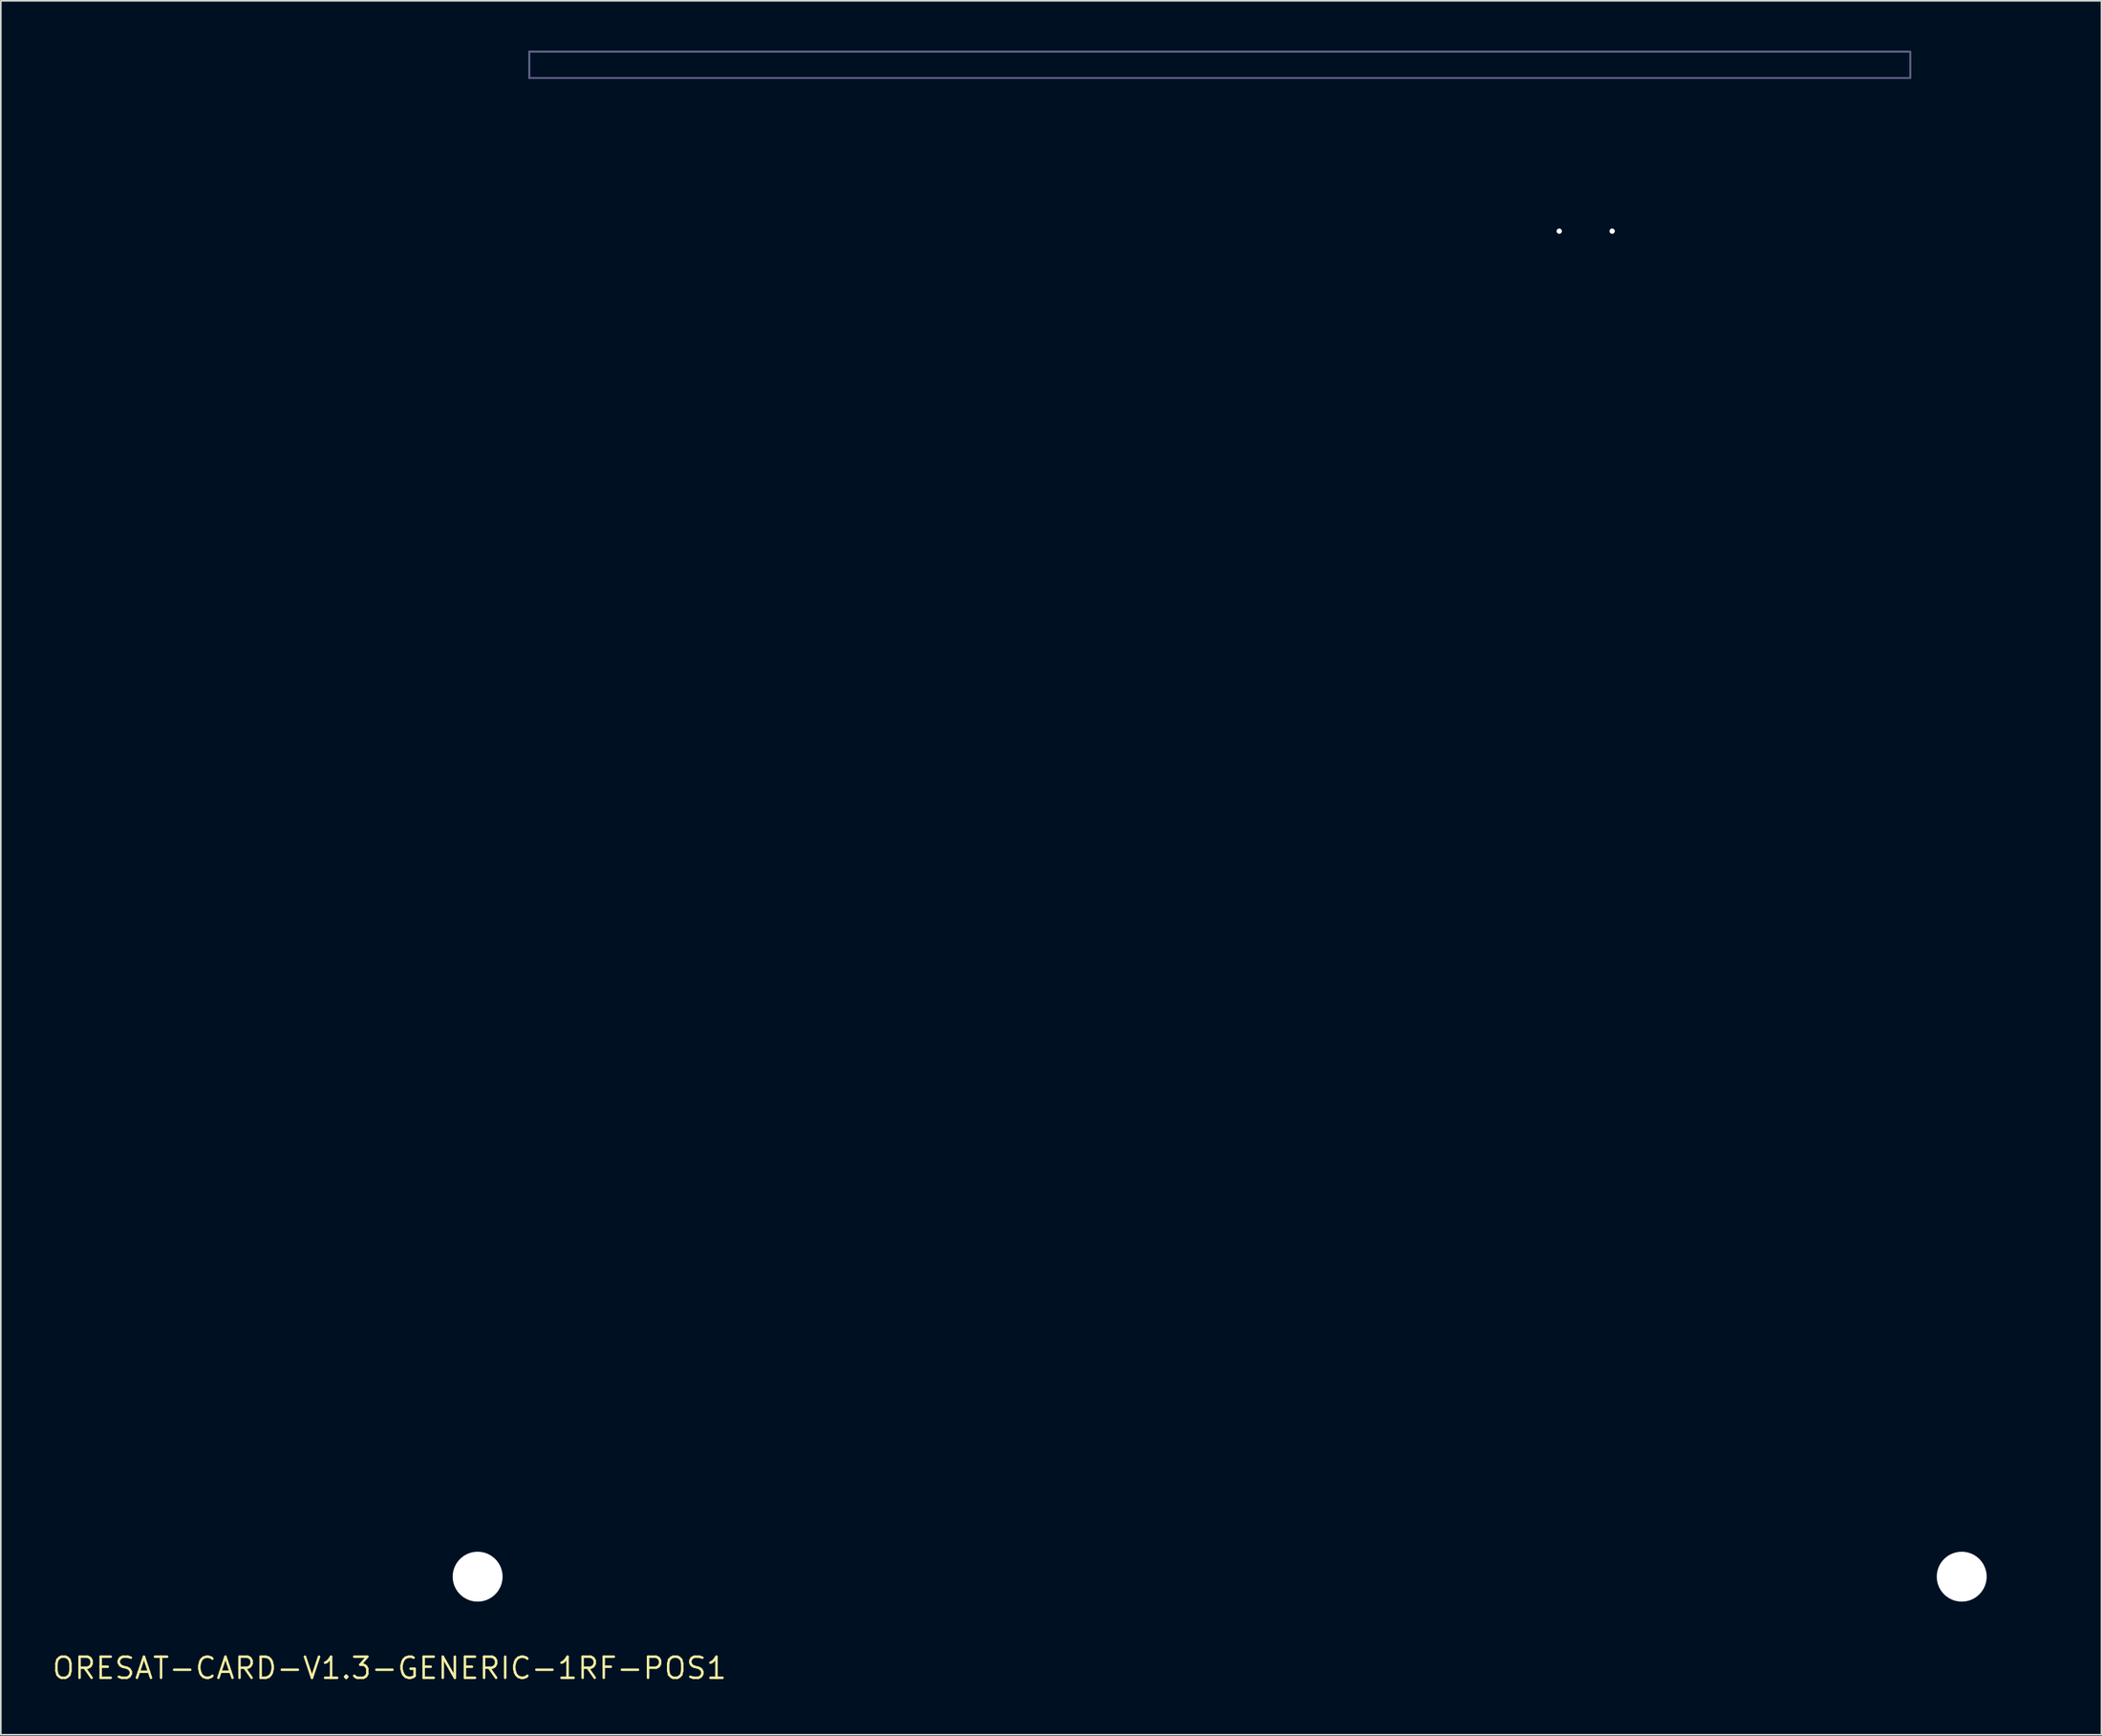
<source format=kicad_pcb>
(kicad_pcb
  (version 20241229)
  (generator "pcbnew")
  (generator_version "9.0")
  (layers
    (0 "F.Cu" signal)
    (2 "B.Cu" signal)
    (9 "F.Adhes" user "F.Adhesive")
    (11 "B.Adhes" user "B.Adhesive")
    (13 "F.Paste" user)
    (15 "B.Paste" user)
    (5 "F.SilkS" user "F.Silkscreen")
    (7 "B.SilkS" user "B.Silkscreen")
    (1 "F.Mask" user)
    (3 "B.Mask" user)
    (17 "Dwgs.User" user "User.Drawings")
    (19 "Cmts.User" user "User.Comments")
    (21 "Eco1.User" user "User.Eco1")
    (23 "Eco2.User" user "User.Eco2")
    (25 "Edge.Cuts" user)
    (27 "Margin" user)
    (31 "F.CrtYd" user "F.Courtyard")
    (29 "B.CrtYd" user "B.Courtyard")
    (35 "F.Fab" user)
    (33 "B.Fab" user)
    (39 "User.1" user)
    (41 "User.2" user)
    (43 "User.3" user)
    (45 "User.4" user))
  (footprint "ORESAT-CARD-V1.3-GENERIC-1RF-POS1"
    (layer "F.Cu")
    (at 20.358 97.25)
    (property "Reference" "ORESAT-CARD-V1.3-GENERIC-1RF-POS1" (at 0 0 0) (layer "F.SilkS") (effects (font (size 1.27 1.27) (thickness 0.15))))
    (fp_poly (pts (xy 2.75 -8.55) (xy 0.497 -8.55) (xy 0.358 -8.568) (xy 0.225 -8.623) (xy 0.111 -8.711) (xy 0.021 -8.827) (xy -0.05 -9.093) (xy -0.05 -88.821) (xy 2.75 -91.621)) (stroke (width 0.1) (type solid)) (fill no) (layer "F.Mask"))
    (fp_poly (pts (xy 99.85 -88.822) (xy 99.85 -9.097) (xy 99.832 -8.958) (xy 99.777 -8.825) (xy 99.689 -8.711) (xy 99.575 -8.623) (xy 99.442 -8.568) (xy 99.303 -8.55) (xy 97.05 -8.55) (xy 97.05 -91.414)) (stroke (width 0.1) (type solid)) (fill no) (layer "F.Mask"))
    (fp_poly (pts (xy 84.35 -0.497) (xy 84.332 -0.358) (xy 84.277 -0.225) (xy 84.189 -0.111) (xy 84.075 -0.023) (xy 83.942 0.032) (xy 83.803 0.05) (xy 15.997 0.05) (xy 15.858 0.032) (xy 15.725 -0.023) (xy 15.611 -0.111) (xy 15.521 -0.227) (xy 15.45 -0.493) (xy 15.45 -2.65) (xy 84.35 -2.65)) (stroke (width 0.1) (type solid)) (fill no) (layer "F.Mask"))
    (fp_poly (pts (xy 2.75 -8.55) (xy 0.497 -8.55) (xy 0.358 -8.568) (xy 0.225 -8.623) (xy 0.111 -8.711) (xy 0.021 -8.827) (xy -0.05 -9.093) (xy -0.05 -88.821) (xy 2.75 -91.621)) (stroke (width 0.1) (type solid)) (fill no) (layer "B.Mask"))
    (fp_poly (pts (xy 99.85 -88.822) (xy 99.85 -9.097) (xy 99.832 -8.958) (xy 99.777 -8.825) (xy 99.689 -8.711) (xy 99.575 -8.623) (xy 99.442 -8.568) (xy 99.303 -8.55) (xy 97.05 -8.55) (xy 97.05 -91.414)) (stroke (width 0.1) (type solid)) (fill no) (layer "B.Mask"))
    (fp_poly (pts (xy 84.35 -0.497) (xy 84.332 -0.358) (xy 84.277 -0.225) (xy 84.189 -0.111) (xy 84.075 -0.023) (xy 83.942 0.032) (xy 83.803 0.05) (xy 15.997 0.05) (xy 15.858 0.032) (xy 15.725 -0.023) (xy 15.611 -0.111) (xy 15.521 -0.227) (xy 15.45 -0.493) (xy 15.45 -2.65) (xy 84.35 -2.65)) (stroke (width 0.1) (type solid)) (fill no) (layer "B.Mask"))
    (fp_line (start 0 -88.8) (end 0 -9.1) (stroke (width 0.001) (type solid)) (layer "Cmts.User"))
    (fp_line (start 0.5 -8.6) (end 2.25 -8.6) (stroke (width 0.001) (type solid)) (layer "Cmts.User"))
    (fp_line (start 2.5 -91.3) (end 2.5 -8.6) (stroke (width 0.001) (type solid)) (layer "Cmts.User"))
    (fp_line (start 2.75 -8.1) (end 2.75 -3.4) (stroke (width 0.001) (type solid)) (layer "Cmts.User"))
    (fp_line (start 3.25 -2.9) (end 4.6 -2.9) (stroke (width 0.001) (type solid)) (layer "Cmts.User"))
    (fp_line (start 4.6 -93.4) (end 0 -88.8) (stroke (width 0.001) (type solid)) (layer "Cmts.User"))
    (fp_line (start 4.6 -2.9) (end 4.6 -93.4) (stroke (width 0.001) (type solid)) (layer "Cmts.User"))
    (fp_line (start 4.6 -2.9) (end 15 -2.9) (stroke (width 0.001) (type solid)) (layer "Cmts.User"))
    (fp_line (start 5.8 -94.6) (end 4.6 -93.4) (stroke (width 0.001) (type solid)) (layer "Cmts.User"))
    (fp_line (start 8.4 -95.6) (end 8.4 -97.2) (stroke (width 0.001) (type solid)) (layer "Cmts.User"))
    (fp_line (start 8.4 -2.9) (end 8.4 -94.6) (stroke (width 0.001) (type solid)) (layer "Cmts.User"))
    (fp_line (start 8.668 -94.6) (end 5.8 -94.6) (stroke (width 0.001) (type solid)) (layer "Cmts.User"))
    (fp_line (start 9.873 -87.9) (end 56.421 -87.9) (stroke (width 0.001) (type solid)) (layer "Cmts.User"))
    (fp_line (start 15.5 -2.4) (end 15.5 -0.5) (stroke (width 0.001) (type solid)) (layer "Cmts.User"))
    (fp_line (start 15.5 -2.4) (end 84.3 -2.4) (stroke (width 0.001) (type solid)) (layer "Cmts.User"))
    (fp_line (start 16 0) (end 83.8 0) (stroke (width 0.001) (type solid)) (layer "Cmts.User"))
    (fp_line (start 21.9 -89.9) (end 21.9 -85.9) (stroke (width 0.001) (type solid)) (layer "Cmts.User"))
    (fp_line (start 31.668 -94.6) (end 12.132 -94.6) (stroke (width 0.001) (type solid)) (layer "Cmts.User"))
    (fp_line (start 49.9 -44.572) (end 49.9 -89.9) (stroke (width 0.001) (type solid)) (layer "Cmts.User"))
    (fp_line (start 64.668 -94.6) (end 35.132 -94.6) (stroke (width 0.001) (type solid)) (layer "Cmts.User"))
    (fp_line (start 66.4 -93.6) (end 67.632 -93.6) (stroke (width 0.001) (type solid)) (layer "Cmts.User"))
    (fp_line (start 68.132 -93.1) (end 68.132 -91.1) (stroke (width 0.001) (type solid)) (layer "Cmts.User"))
    (fp_line (start 70.31 -90.6) (end 68.632 -90.6) (stroke (width 0.001) (type solid)) (layer "Cmts.User"))
    (fp_line (start 70.31 -86.9) (end 70.31 -90.6) (stroke (width 0.001) (type solid)) (layer "Cmts.User"))
    (fp_line (start 70.81 -86.4) (end 72.99 -86.4) (stroke (width 0.001) (type solid)) (layer "Cmts.User"))
    (fp_line (start 73.49 -90.6) (end 75.168 -90.6) (stroke (width 0.001) (type solid)) (layer "Cmts.User"))
    (fp_line (start 73.49 -86.9) (end 73.49 -90.6) (stroke (width 0.001) (type solid)) (layer "Cmts.User"))
    (fp_line (start 75.668 -91.1) (end 75.668 -94.1) (stroke (width 0.001) (type solid)) (layer "Cmts.User"))
    (fp_line (start 76.168 -94.6) (end 76.132 -94.6) (stroke (width 0.001) (type solid)) (layer "Cmts.User"))
    (fp_line (start 76.168 -94.6) (end 76.132 -94.6) (stroke (width 0.001) (type solid)) (layer "Cmts.User"))
    (fp_line (start 84.3 -0.5) (end 84.3 -2.4) (stroke (width 0.001) (type solid)) (layer "Cmts.User"))
    (fp_line (start 84.8 -2.9) (end 95.2 -2.9) (stroke (width 0.001) (type solid)) (layer "Cmts.User"))
    (fp_line (start 87.668 -94.6) (end 76.168 -94.6) (stroke (width 0.001) (type solid)) (layer "Cmts.User"))
    (fp_line (start 91.4 -97.2) (end 8.4 -97.2) (stroke (width 0.001) (type solid)) (layer "Cmts.User"))
    (fp_line (start 91.4 -97.2) (end 91.4 -95.6) (stroke (width 0.001) (type solid)) (layer "Cmts.User"))
    (fp_line (start 91.4 -95.6) (end 8.4 -95.6) (stroke (width 0.001) (type solid)) (layer "Cmts.User"))
    (fp_line (start 91.4 -2.9) (end 91.4 -94.6) (stroke (width 0.001) (type solid)) (layer "Cmts.User"))
    (fp_line (start 94 -94.6) (end 91.132 -94.6) (stroke (width 0.001) (type solid)) (layer "Cmts.User"))
    (fp_line (start 95.2 -93.4) (end 94 -94.6) (stroke (width 0.001) (type solid)) (layer "Cmts.User"))
    (fp_line (start 95.2 -2.9) (end 95.2 -93.4) (stroke (width 0.001) (type solid)) (layer "Cmts.User"))
    (fp_line (start 95.2 -2.9) (end 96.55 -2.9) (stroke (width 0.001) (type solid)) (layer "Cmts.User"))
    (fp_line (start 97.05 -3.4) (end 97.05 -8.1) (stroke (width 0.001) (type solid)) (layer "Cmts.User"))
    (fp_line (start 97.3 -8.55) (end 97.3 -91.3) (stroke (width 0.001) (type solid)) (layer "Cmts.User"))
    (fp_line (start 97.55 -8.6) (end 99.3 -8.6) (stroke (width 0.001) (type solid)) (layer "Cmts.User"))
    (fp_line (start 99.8 -88.8) (end 95.2 -93.4) (stroke (width 0.001) (type solid)) (layer "Cmts.User"))
    (fp_line (start 99.8 -9.1) (end 99.8 -88.8) (stroke (width 0.001) (type solid)) (layer "Cmts.User"))
    (fp_arc (start 0.5 -8.6) (mid 0.146447 -8.746447) (end 0 -9.1) (stroke (width 0.001) (type solid)) (layer "Cmts.User"))
    (fp_arc (start 2.25 -8.6) (mid 2.603553 -8.453553) (end 2.75 -8.1) (stroke (width 0.001) (type solid)) (layer "Cmts.User"))
    (fp_arc (start 3.25 -2.9) (mid 2.896447 -3.046447) (end 2.75 -3.4) (stroke (width 0.001) (type solid)) (layer "Cmts.User"))
    (fp_arc (start 12.13205 -94.6) (mid 10.400001 -93.6) (end 8.667951 -94.599999) (stroke (width 0.001) (type solid)) (layer "Cmts.User"))
    (fp_arc (start 15 -2.9) (mid 15.353553 -2.753553) (end 15.5 -2.4) (stroke (width 0.001) (type solid)) (layer "Cmts.User"))
    (fp_arc (start 16 0) (mid 15.646447 -0.146447) (end 15.5 -0.5) (stroke (width 0.001) (type solid)) (layer "Cmts.User"))
    (fp_arc (start 35.13205 -94.6) (mid 33.400001 -93.6) (end 31.667951 -94.599999) (stroke (width 0.001) (type solid)) (layer "Cmts.User"))
    (fp_arc (start 66.4 -93.6) (mid 65.400001 -93.867949) (end 64.66795 -94.599999) (stroke (width 0.001) (type solid)) (layer "Cmts.User"))
    (fp_arc (start 67.63205 -93.6) (mid 67.985603 -93.453553) (end 68.13205 -93.1) (stroke (width 0.001) (type solid)) (layer "Cmts.User"))
    (fp_arc (start 68.63205 -90.6) (mid 68.278497 -90.746447) (end 68.13205 -91.1) (stroke (width 0.001) (type solid)) (layer "Cmts.User"))
    (fp_arc (start 70.81 -86.4) (mid 70.456447 -86.546447) (end 70.31 -86.9) (stroke (width 0.001) (type solid)) (layer "Cmts.User"))
    (fp_arc (start 73.49 -86.9) (mid 73.343553 -86.546447) (end 72.99 -86.4) (stroke (width 0.001) (type solid)) (layer "Cmts.User"))
    (fp_arc (start 75.66795 -94.1) (mid 75.814397 -94.453553) (end 76.16795 -94.6) (stroke (width 0.001) (type solid)) (layer "Cmts.User"))
    (fp_arc (start 75.66795 -91.1) (mid 75.521503 -90.746447) (end 75.16795 -90.6) (stroke (width 0.001) (type solid)) (layer "Cmts.User"))
    (fp_arc (start 84.3 -2.4) (mid 84.446447 -2.753553) (end 84.8 -2.9) (stroke (width 0.001) (type solid)) (layer "Cmts.User"))
    (fp_arc (start 84.3 -0.5) (mid 84.153553 -0.146447) (end 83.8 0) (stroke (width 0.001) (type solid)) (layer "Cmts.User"))
    (fp_arc (start 91.13205 -94.6) (mid 89.400001 -93.6) (end 87.667951 -94.599999) (stroke (width 0.001) (type solid)) (layer "Cmts.User"))
    (fp_arc (start 97.05 -8.1) (mid 97.196447 -8.453553) (end 97.55 -8.6) (stroke (width 0.001) (type solid)) (layer "Cmts.User"))
    (fp_arc (start 97.05 -3.4) (mid 96.903553 -3.046447) (end 96.55 -2.9) (stroke (width 0.001) (type solid)) (layer "Cmts.User"))
    (fp_arc (start 99.8 -9.1) (mid 99.653553 -8.746447) (end 99.3 -8.6) (stroke (width 0.001) (type solid)) (layer "Cmts.User"))
    (fp_circle (center 49.9 -49.8) (end 52.4 -49.8) (stroke (width 0.001) (type solid)) (fill no) (layer "Cmts.User"))
    (fp_circle (center 70.31 -86.4) (end 70.47 -86.4) (stroke (width 0.001) (type solid)) (fill no) (layer "Cmts.User"))
    (fp_circle (center 73.49 -86.4) (end 73.65 -86.4) (stroke (width 0.001) (type solid)) (fill no) (layer "Cmts.User"))
    (fp_line (start 0 -88.8) (end 0 -9.1) (stroke (width 0.001) (type solid)) (layer "Edge.Cuts"))
    (fp_line (start 0.5 -8.6) (end 2.25 -8.6) (stroke (width 0.001) (type solid)) (layer "Edge.Cuts"))
    (fp_line (start 2.75 -8.1) (end 2.75 -3.4) (stroke (width 0.001) (type solid)) (layer "Edge.Cuts"))
    (fp_line (start 3.25 -2.9) (end 15 -2.9) (stroke (width 0.001) (type solid)) (layer "Edge.Cuts"))
    (fp_line (start 5.8 -94.6) (end 0 -88.8) (stroke (width 0.001) (type solid)) (layer "Edge.Cuts"))
    (fp_line (start 8.668 -94.6) (end 5.8 -94.6) (stroke (width 0.001) (type solid)) (layer "Edge.Cuts"))
    (fp_line (start 15.5 -2.4) (end 15.5 -0.5) (stroke (width 0.001) (type solid)) (layer "Edge.Cuts"))
    (fp_line (start 16 0) (end 83.8 0) (stroke (width 0.001) (type solid)) (layer "Edge.Cuts"))
    (fp_line (start 31.668 -94.6) (end 12.132 -94.6) (stroke (width 0.001) (type solid)) (layer "Edge.Cuts"))
    (fp_line (start 64.668 -94.6) (end 35.132 -94.6) (stroke (width 0.001) (type solid)) (layer "Edge.Cuts"))
    (fp_line (start 66.4 -93.6) (end 67.632 -93.6) (stroke (width 0.001) (type solid)) (layer "Edge.Cuts"))
    (fp_line (start 68.132 -93.1) (end 68.132 -91.1) (stroke (width 0.001) (type solid)) (layer "Edge.Cuts"))
    (fp_line (start 70.31 -90.6) (end 68.632 -90.6) (stroke (width 0.001) (type solid)) (layer "Edge.Cuts"))
    (fp_line (start 70.31 -86.9) (end 70.31 -90.6) (stroke (width 0.001) (type solid)) (layer "Edge.Cuts"))
    (fp_line (start 70.81 -86.4) (end 72.99 -86.4) (stroke (width 0.001) (type solid)) (layer "Edge.Cuts"))
    (fp_line (start 73.49 -90.6) (end 75.168 -90.6) (stroke (width 0.001) (type solid)) (layer "Edge.Cuts"))
    (fp_line (start 73.49 -86.9) (end 73.49 -90.6) (stroke (width 0.001) (type solid)) (layer "Edge.Cuts"))
    (fp_line (start 75.668 -91.1) (end 75.668 -94.1) (stroke (width 0.001) (type solid)) (layer "Edge.Cuts"))
    (fp_line (start 84.3 -0.5) (end 84.3 -2.4) (stroke (width 0.001) (type solid)) (layer "Edge.Cuts"))
    (fp_line (start 84.8 -2.9) (end 96.55 -2.9) (stroke (width 0.001) (type solid)) (layer "Edge.Cuts"))
    (fp_line (start 87.668 -94.6) (end 76.168 -94.6) (stroke (width 0.001) (type solid)) (layer "Edge.Cuts"))
    (fp_line (start 94 -94.6) (end 91.132 -94.6) (stroke (width 0.001) (type solid)) (layer "Edge.Cuts"))
    (fp_line (start 97.05 -3.4) (end 97.05 -8.1) (stroke (width 0.001) (type solid)) (layer "Edge.Cuts"))
    (fp_line (start 97.55 -8.6) (end 99.3 -8.6) (stroke (width 0.001) (type solid)) (layer "Edge.Cuts"))
    (fp_line (start 99.8 -88.8) (end 94 -94.6) (stroke (width 0.001) (type solid)) (layer "Edge.Cuts"))
    (fp_line (start 99.8 -9.1) (end 99.8 -88.8) (stroke (width 0.001) (type solid)) (layer "Edge.Cuts"))
    (fp_arc (start 0.5 -8.6) (mid 0.146447 -8.746447) (end 0 -9.1) (stroke (width 0.001) (type solid)) (layer "Edge.Cuts"))
    (fp_arc (start 2.25 -8.6) (mid 2.603553 -8.453553) (end 2.75 -8.1) (stroke (width 0.001) (type solid)) (layer "Edge.Cuts"))
    (fp_arc (start 3.25 -2.9) (mid 2.896447 -3.046447) (end 2.75 -3.4) (stroke (width 0.001) (type solid)) (layer "Edge.Cuts"))
    (fp_arc (start 12.132049 -94.599999) (mid 10.399999 -93.600001) (end 8.66795 -94.6) (stroke (width 0.001) (type solid)) (layer "Edge.Cuts"))
    (fp_arc (start 15 -2.9) (mid 15.353553 -2.753553) (end 15.5 -2.4) (stroke (width 0.001) (type solid)) (layer "Edge.Cuts"))
    (fp_arc (start 16 0) (mid 15.646447 -0.146447) (end 15.5 -0.5) (stroke (width 0.001) (type solid)) (layer "Edge.Cuts"))
    (fp_arc (start 35.132049 -94.599999) (mid 33.399999 -93.600001) (end 31.66795 -94.6) (stroke (width 0.001) (type solid)) (layer "Edge.Cuts"))
    (fp_arc (start 66.399999 -93.6) (mid 65.4 -93.867949) (end 64.66795 -94.6) (stroke (width 0.001) (type solid)) (layer "Edge.Cuts"))
    (fp_arc (start 67.63205 -93.6) (mid 67.985603 -93.453553) (end 68.13205 -93.1) (stroke (width 0.001) (type solid)) (layer "Edge.Cuts"))
    (fp_arc (start 68.63205 -90.6) (mid 68.278497 -90.746447) (end 68.13205 -91.1) (stroke (width 0.001) (type solid)) (layer "Edge.Cuts"))
    (fp_arc (start 70.81 -86.4) (mid 70.456447 -86.546447) (end 70.31 -86.9) (stroke (width 0.001) (type solid)) (layer "Edge.Cuts"))
    (fp_arc (start 73.49 -86.9) (mid 73.343553 -86.546447) (end 72.99 -86.4) (stroke (width 0.001) (type solid)) (layer "Edge.Cuts"))
    (fp_arc (start 75.66795 -94.1) (mid 75.814397 -94.453553) (end 76.16795 -94.6) (stroke (width 0.001) (type solid)) (layer "Edge.Cuts"))
    (fp_arc (start 75.66795 -91.1) (mid 75.521503 -90.746447) (end 75.16795 -90.6) (stroke (width 0.001) (type solid)) (layer "Edge.Cuts"))
    (fp_arc (start 84.3 -2.4) (mid 84.446447 -2.753553) (end 84.8 -2.9) (stroke (width 0.001) (type solid)) (layer "Edge.Cuts"))
    (fp_arc (start 84.3 -0.5) (mid 84.153553 -0.146447) (end 83.8 0) (stroke (width 0.001) (type solid)) (layer "Edge.Cuts"))
    (fp_arc (start 91.13205 -94.6) (mid 89.400001 -93.6) (end 87.667951 -94.599999) (stroke (width 0.001) (type solid)) (layer "Edge.Cuts"))
    (fp_arc (start 97.05 -8.1) (mid 97.196447 -8.453553) (end 97.55 -8.6) (stroke (width 0.001) (type solid)) (layer "Edge.Cuts"))
    (fp_arc (start 97.05 -3.4) (mid 96.903553 -3.046447) (end 96.55 -2.9) (stroke (width 0.001) (type solid)) (layer "Edge.Cuts"))
    (fp_arc (start 99.8 -9.1) (mid 99.653553 -8.746447) (end 99.3 -8.6) (stroke (width 0.001) (type solid)) (layer "Edge.Cuts"))
    (fp_line (start 4.6 -2.9) (end 4.6 -93.4) (stroke (width 0.001) (type solid)) (layer "B.CrtYd"))
    (fp_line (start 95.2 -2.9) (end 95.2 -93.4) (stroke (width 0.001) (type solid)) (layer "B.CrtYd"))
    (fp_line (start 4.6 -2.9) (end 4.6 -93.4) (stroke (width 0.001) (type solid)) (layer "F.CrtYd"))
    (fp_line (start 95.2 -2.9) (end 95.2 -93.4) (stroke (width 0.001) (type solid)) (layer "F.CrtYd"))
    (fp_line (start 4.6 -2.9) (end 4.6 -93.4) (stroke (width 0.001) (type solid)) (layer "B.Fab"))
    (fp_line (start 8.4 -2.9) (end 8.4 -94.6) (stroke (width 0.001) (type solid)) (layer "B.Fab"))
    (fp_line (start 91.4 -2.9) (end 91.4 -94.6) (stroke (width 0.001) (type solid)) (layer "B.Fab"))
    (fp_line (start 95.2 -2.9) (end 95.2 -93.4) (stroke (width 0.001) (type solid)) (layer "B.Fab"))
    (fp_poly (pts (xy 8.4 -95.6) (xy 91.4 -95.6) (xy 91.4 -97.2) (xy 8.4 -97.2)) (stroke (width 0.1) (type solid)) (fill no) (layer "B.Fab"))
    (fp_line (start 4.6 -2.9) (end 4.6 -93.4) (stroke (width 0.001) (type solid)) (layer "F.Fab"))
    (fp_line (start 8.4 -2.9) (end 8.4 -94.6) (stroke (width 0.001) (type solid)) (layer "F.Fab"))
    (fp_line (start 20.9 -87.894) (end 22.9 -87.894) (stroke (width 0.001) (type solid)) (layer "F.Fab"))
    (fp_line (start 21.9 -88.894) (end 21.9 -86.894) (stroke (width 0.001) (type solid)) (layer "F.Fab"))
    (fp_line (start 48.9 -87.894) (end 50.9 -87.894) (stroke (width 0.001) (type solid)) (layer "F.Fab"))
    (fp_line (start 48.9 -49.8) (end 50.9 -49.8) (stroke (width 0.001) (type solid)) (layer "F.Fab"))
    (fp_line (start 49.9 -88.894) (end 49.9 -86.894) (stroke (width 0.001) (type solid)) (layer "F.Fab"))
    (fp_line (start 49.9 -50.8) (end 49.9 -48.8) (stroke (width 0.001) (type solid)) (layer "F.Fab"))
    (fp_line (start 91.4 -2.9) (end 91.4 -94.6) (stroke (width 0.001) (type solid)) (layer "F.Fab"))
    (fp_line (start 95.2 -2.9) (end 95.2 -93.4) (stroke (width 0.001) (type solid)) (layer "F.Fab"))
    (fp_circle (center 21.9 -87.894) (end 22.4 -87.894) (stroke (width 0.001) (type solid)) (fill no) (layer "F.Fab"))
    (fp_circle (center 49.9 -87.894) (end 50.4 -87.894) (stroke (width 0.001) (type solid)) (fill no) (layer "F.Fab"))
    (fp_circle (center 49.9 -49.8) (end 50.4 -49.8) (stroke (width 0.001) (type solid)) (fill no) (layer "F.Fab"))
    (fp_poly (pts (xy 8.4 -95.6) (xy 91.4 -95.6) (xy 91.4 -97.2) (xy 8.4 -97.2)) (stroke (width 0.1) (type solid)) (fill no) (layer "F.Fab"))
    (pad "" np_thru_hole circle (at 5.3 -5.5) (size 3 3) (drill 3) (layers "*.Cu" "*.Mask"))
    (pad "" np_thru_hole circle (at 70.31 -86.4) (size 0.32 0.32) (drill 0.32) (layers "*.Cu" "*.Mask"))
    (pad "" np_thru_hole circle (at 73.49 -86.4) (size 0.32 0.32) (drill 0.32) (layers "*.Cu" "*.Mask"))
    (pad "" np_thru_hole circle (at 94.5 -5.5) (size 3 3) (drill 3) (layers "*.Cu" "*.Mask")))
  (gr_rect
    (start -3 -3)
    (end 123.258 101.256)
    (stroke (width 0.1) (type default))
    (fill no)
    (layer "Edge.Cuts")))
</source>
